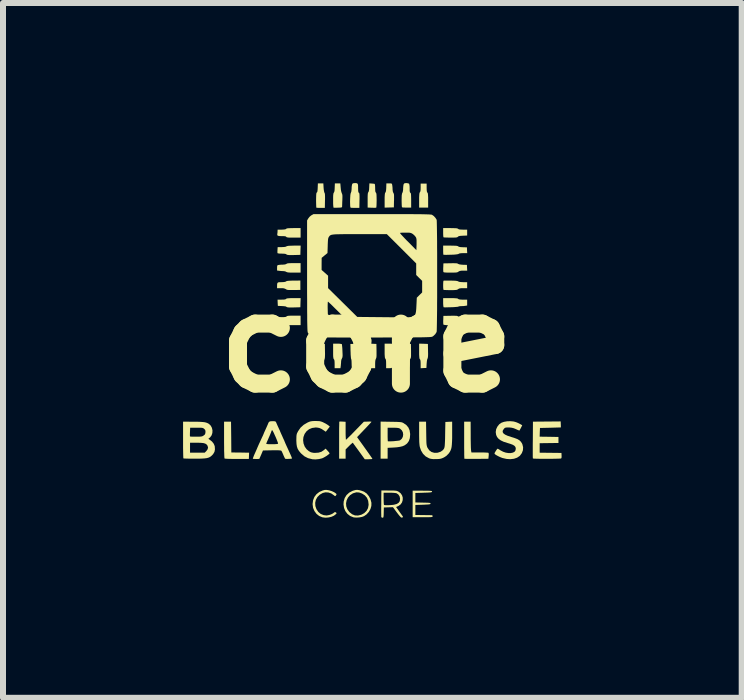
<source format=kicad_pcb>
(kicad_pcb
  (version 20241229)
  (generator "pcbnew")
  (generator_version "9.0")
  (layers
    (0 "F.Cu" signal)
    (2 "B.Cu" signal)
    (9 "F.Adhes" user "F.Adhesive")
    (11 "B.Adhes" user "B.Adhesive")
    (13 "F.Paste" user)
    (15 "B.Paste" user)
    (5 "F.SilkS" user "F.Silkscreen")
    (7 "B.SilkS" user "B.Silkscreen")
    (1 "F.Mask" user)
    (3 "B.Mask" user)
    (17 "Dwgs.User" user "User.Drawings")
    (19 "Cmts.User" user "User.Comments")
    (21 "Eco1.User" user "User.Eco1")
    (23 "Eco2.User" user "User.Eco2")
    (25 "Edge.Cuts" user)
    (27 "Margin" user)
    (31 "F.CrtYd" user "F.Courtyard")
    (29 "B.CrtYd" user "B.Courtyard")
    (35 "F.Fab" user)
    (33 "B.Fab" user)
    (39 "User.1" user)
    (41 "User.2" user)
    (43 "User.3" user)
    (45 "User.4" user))
  (footprint "core"
    (layer "F.Cu")
    (at 3.058 2.663)
    (property "Reference" "core" (at 0 0 0) (layer "F.SilkS") (effects (font (size 1.5 1.5) (thickness 0.3))))
    (attr board_only exclude_from_pos_files exclude_from_bom)
    (fp_poly (pts (xy -1.102 -0.67) (xy -1.104 -0.594) (xy -1.214 -0.591) (xy -1.262 -0.591) (xy -1.295 -0.591) (xy -1.317 -0.593) (xy -1.329 -0.597) (xy -1.334 -0.6) (xy -1.349 -0.608) (xy -1.381 -0.612) (xy -1.411 -0.614) (xy -1.479 -0.617) (xy -1.482 -0.669) (xy -1.484 -0.721) (xy -1.418 -0.721) (xy -1.38 -0.722) (xy -1.356 -0.725) (xy -1.343 -0.732) (xy -1.342 -0.733) (xy -1.334 -0.739) (xy -1.32 -0.742) (xy -1.297 -0.744) (xy -1.261 -0.746) (xy -1.215 -0.746) (xy -1.099 -0.746)) (stroke (width 0) (type solid)) (fill yes) (layer "F.SilkS"))
    (fp_poly (pts (xy -0.769 0.014) (xy -0.696 0.017) (xy -0.694 0.133) (xy -0.693 0.184) (xy -0.694 0.221) (xy -0.696 0.248) (xy -0.7 0.266) (xy -0.704 0.276) (xy -0.712 0.302) (xy -0.716 0.339) (xy -0.717 0.362) (xy -0.717 0.421) (xy -0.767 0.421) (xy -0.817 0.421) (xy -0.817 0.347) (xy -0.817 0.309) (xy -0.819 0.286) (xy -0.824 0.273) (xy -0.829 0.268) (xy -0.834 0.263) (xy -0.838 0.253) (xy -0.84 0.234) (xy -0.841 0.203) (xy -0.842 0.16) (xy -0.842 0.137) (xy -0.842 0.012)) (stroke (width 0) (type solid)) (fill yes) (layer "F.SilkS"))
    (fp_poly (pts (xy 0.09 0.014) (xy 0.163 0.017) (xy 0.165 0.132) (xy 0.165 0.18) (xy 0.165 0.215) (xy 0.163 0.239) (xy 0.159 0.255) (xy 0.154 0.265) (xy 0.147 0.283) (xy 0.143 0.314) (xy 0.142 0.352) (xy 0.142 0.421) (xy 0.092 0.421) (xy 0.042 0.421) (xy 0.042 0.351) (xy 0.041 0.313) (xy 0.038 0.288) (xy 0.032 0.274) (xy 0.029 0.271) (xy 0.024 0.264) (xy 0.021 0.25) (xy 0.018 0.227) (xy 0.017 0.194) (xy 0.017 0.146) (xy 0.017 0.136) (xy 0.017 0.012)) (stroke (width 0) (type solid)) (fill yes) (layer "F.SilkS"))
    (fp_poly (pts (xy -2.256 1.569) (xy -2.254 1.825) (xy -2.171 1.826) (xy -2.125 1.826) (xy -2.077 1.827) (xy -2.034 1.827) (xy -2.023 1.828) (xy -1.958 1.829) (xy -1.96 1.881) (xy -1.962 1.933) (xy -2.161 1.933) (xy -2.22 1.933) (xy -2.273 1.932) (xy -2.315 1.931) (xy -2.346 1.929) (xy -2.364 1.927) (xy -2.367 1.925) (xy -2.369 1.915) (xy -2.371 1.889) (xy -2.372 1.85) (xy -2.374 1.797) (xy -2.374 1.733) (xy -2.375 1.658) (xy -2.375 1.615) (xy -2.375 1.312) (xy -2.317 1.312) (xy -2.259 1.312)) (stroke (width 0) (type solid)) (fill yes) (layer "F.SilkS"))
    (fp_poly (pts (xy 0.948 0.014) (xy 1.021 0.017) (xy 1.023 0.132) (xy 1.024 0.184) (xy 1.023 0.221) (xy 1.02 0.245) (xy 1.016 0.259) (xy 1.015 0.261) (xy 1.009 0.275) (xy 1.004 0.301) (xy 1.001 0.334) (xy 1 0.345) (xy 0.996 0.417) (xy 0.948 0.419) (xy 0.9 0.422) (xy 0.9 0.351) (xy 0.899 0.313) (xy 0.896 0.288) (xy 0.89 0.274) (xy 0.887 0.271) (xy 0.882 0.264) (xy 0.879 0.25) (xy 0.877 0.227) (xy 0.875 0.194) (xy 0.875 0.146) (xy 0.875 0.136) (xy 0.875 0.012)) (stroke (width 0) (type solid)) (fill yes) (layer "F.SilkS"))
    (fp_poly (pts (xy 1 -2.584) (xy 1.001 -2.546) (xy 1.004 -2.521) (xy 1.01 -2.507) (xy 1.012 -2.504) (xy 1.018 -2.497) (xy 1.021 -2.483) (xy 1.023 -2.46) (xy 1.025 -2.425) (xy 1.025 -2.377) (xy 1.025 -2.374) (xy 1.025 -2.254) (xy 0.95 -2.254) (xy 0.875 -2.254) (xy 0.875 -2.376) (xy 0.875 -2.426) (xy 0.877 -2.462) (xy 0.879 -2.486) (xy 0.882 -2.501) (xy 0.887 -2.509) (xy 0.887 -2.51) (xy 0.895 -2.523) (xy 0.899 -2.547) (xy 0.9 -2.586) (xy 0.9 -2.588) (xy 0.9 -2.654) (xy 0.95 -2.654) (xy 1 -2.654)) (stroke (width 0) (type solid)) (fill yes) (layer "F.SilkS"))
    (fp_poly (pts (xy -1.104 -0.961) (xy -1.104 -0.883) (xy -1.212 -0.881) (xy -1.258 -0.881) (xy -1.29 -0.881) (xy -1.312 -0.883) (xy -1.328 -0.886) (xy -1.34 -0.892) (xy -1.346 -0.896) (xy -1.365 -0.905) (xy -1.39 -0.911) (xy -1.426 -0.912) (xy -1.431 -0.912) (xy -1.492 -0.912) (xy -1.492 -0.949) (xy -1.491 -0.98) (xy -1.486 -0.998) (xy -1.475 -1.008) (xy -1.453 -1.012) (xy -1.419 -1.012) (xy -1.378 -1.014) (xy -1.352 -1.019) (xy -1.342 -1.025) (xy -1.332 -1.03) (xy -1.313 -1.034) (xy -1.283 -1.036) (xy -1.239 -1.038) (xy -1.216 -1.038) (xy -1.104 -1.039)) (stroke (width 0) (type solid)) (fill yes) (layer "F.SilkS"))
    (fp_poly (pts (xy -1.1 -0.375) (xy -1.1 -0.296) (xy -1.211 -0.296) (xy -1.26 -0.296) (xy -1.296 -0.298) (xy -1.319 -0.301) (xy -1.334 -0.306) (xy -1.338 -0.308) (xy -1.358 -0.316) (xy -1.391 -0.32) (xy -1.406 -0.321) (xy -1.442 -0.321) (xy -1.465 -0.325) (xy -1.477 -0.334) (xy -1.482 -0.35) (xy -1.483 -0.376) (xy -1.483 -0.38) (xy -1.483 -0.429) (xy -1.414 -0.429) (xy -1.375 -0.43) (xy -1.35 -0.433) (xy -1.336 -0.439) (xy -1.333 -0.442) (xy -1.326 -0.447) (xy -1.311 -0.451) (xy -1.287 -0.453) (xy -1.251 -0.454) (xy -1.211 -0.454) (xy -1.1 -0.454)) (stroke (width 0) (type solid)) (fill yes) (layer "F.SilkS"))
    (fp_poly (pts (xy -1.102 -1.544) (xy -1.104 -1.467) (xy -1.214 -1.464) (xy -1.261 -1.464) (xy -1.293 -1.464) (xy -1.315 -1.466) (xy -1.329 -1.47) (xy -1.336 -1.475) (xy -1.349 -1.482) (xy -1.372 -1.486) (xy -1.409 -1.487) (xy -1.415 -1.488) (xy -1.447 -1.488) (xy -1.471 -1.491) (xy -1.484 -1.495) (xy -1.485 -1.496) (xy -1.486 -1.508) (xy -1.486 -1.531) (xy -1.485 -1.55) (xy -1.482 -1.596) (xy -1.417 -1.596) (xy -1.374 -1.598) (xy -1.346 -1.603) (xy -1.337 -1.608) (xy -1.325 -1.613) (xy -1.306 -1.617) (xy -1.275 -1.619) (xy -1.232 -1.62) (xy -1.21 -1.621) (xy -1.099 -1.621)) (stroke (width 0) (type solid)) (fill yes) (layer "F.SilkS"))
    (fp_poly (pts (xy 1.478 -0.452) (xy 1.502 -0.451) (xy 1.516 -0.447) (xy 1.524 -0.442) (xy 1.543 -0.434) (xy 1.578 -0.429) (xy 1.604 -0.427) (xy 1.671 -0.425) (xy 1.673 -0.378) (xy 1.676 -0.331) (xy 1.61 -0.328) (xy 1.565 -0.323) (xy 1.534 -0.315) (xy 1.525 -0.31) (xy 1.508 -0.304) (xy 1.481 -0.3) (xy 1.446 -0.297) (xy 1.407 -0.295) (xy 1.367 -0.295) (xy 1.331 -0.296) (xy 1.302 -0.299) (xy 1.283 -0.303) (xy 1.279 -0.307) (xy 1.277 -0.32) (xy 1.276 -0.345) (xy 1.276 -0.377) (xy 1.277 -0.384) (xy 1.279 -0.45) (xy 1.395 -0.452) (xy 1.444 -0.453)) (stroke (width 0) (type solid)) (fill yes) (layer "F.SilkS"))
    (fp_poly (pts (xy 0.401 -2.658) (xy 0.416 -2.655) (xy 0.422 -2.647) (xy 0.426 -2.633) (xy 0.429 -2.611) (xy 0.432 -2.58) (xy 0.432 -2.56) (xy 0.436 -2.524) (xy 0.444 -2.502) (xy 0.446 -2.499) (xy 0.451 -2.49) (xy 0.455 -2.477) (xy 0.457 -2.454) (xy 0.457 -2.421) (xy 0.457 -2.374) (xy 0.456 -2.372) (xy 0.454 -2.258) (xy 0.377 -2.256) (xy 0.3 -2.254) (xy 0.3 -2.374) (xy 0.3 -2.423) (xy 0.302 -2.459) (xy 0.304 -2.482) (xy 0.307 -2.497) (xy 0.312 -2.504) (xy 0.319 -2.517) (xy 0.324 -2.542) (xy 0.327 -2.582) (xy 0.327 -2.586) (xy 0.329 -2.658) (xy 0.375 -2.658)) (stroke (width 0) (type solid)) (fill yes) (layer "F.SilkS"))
    (fp_poly (pts (xy 1.444 -1.62) (xy 1.48 -1.619) (xy 1.503 -1.617) (xy 1.518 -1.613) (xy 1.525 -1.609) (xy 1.538 -1.601) (xy 1.566 -1.596) (xy 1.603 -1.594) (xy 1.671 -1.592) (xy 1.673 -1.544) (xy 1.676 -1.496) (xy 1.611 -1.496) (xy 1.569 -1.494) (xy 1.542 -1.489) (xy 1.534 -1.484) (xy 1.522 -1.479) (xy 1.497 -1.475) (xy 1.459 -1.471) (xy 1.405 -1.469) (xy 1.402 -1.469) (xy 1.36 -1.468) (xy 1.323 -1.467) (xy 1.296 -1.468) (xy 1.281 -1.469) (xy 1.279 -1.469) (xy 1.277 -1.479) (xy 1.276 -1.501) (xy 1.275 -1.532) (xy 1.275 -1.547) (xy 1.275 -1.621) (xy 1.395 -1.621)) (stroke (width 0) (type solid)) (fill yes) (layer "F.SilkS"))
    (fp_poly (pts (xy -1.1 -1.833) (xy -1.1 -1.754) (xy -1.217 -1.754) (xy -1.265 -1.754) (xy -1.298 -1.755) (xy -1.32 -1.758) (xy -1.332 -1.761) (xy -1.338 -1.766) (xy -1.339 -1.767) (xy -1.345 -1.773) (xy -1.36 -1.777) (xy -1.387 -1.779) (xy -1.413 -1.779) (xy -1.45 -1.78) (xy -1.474 -1.784) (xy -1.486 -1.791) (xy -1.489 -1.804) (xy -1.488 -1.818) (xy -1.485 -1.837) (xy -1.484 -1.86) (xy -1.483 -1.887) (xy -1.418 -1.887) (xy -1.38 -1.889) (xy -1.356 -1.892) (xy -1.343 -1.898) (xy -1.342 -1.9) (xy -1.334 -1.905) (xy -1.32 -1.909) (xy -1.296 -1.911) (xy -1.261 -1.912) (xy -1.216 -1.913) (xy -1.1 -1.913)) (stroke (width 0) (type solid)) (fill yes) (layer "F.SilkS"))
    (fp_poly (pts (xy -1.1 -1.25) (xy -1.1 -1.171) (xy -1.211 -1.171) (xy -1.26 -1.171) (xy -1.296 -1.173) (xy -1.319 -1.176) (xy -1.334 -1.181) (xy -1.338 -1.183) (xy -1.357 -1.192) (xy -1.382 -1.196) (xy -1.384 -1.196) (xy -1.412 -1.197) (xy -1.444 -1.2) (xy -1.453 -1.201) (xy -1.492 -1.206) (xy -1.492 -1.25) (xy -1.491 -1.276) (xy -1.488 -1.289) (xy -1.479 -1.296) (xy -1.466 -1.299) (xy -1.442 -1.302) (xy -1.411 -1.304) (xy -1.394 -1.304) (xy -1.36 -1.307) (xy -1.338 -1.315) (xy -1.336 -1.317) (xy -1.327 -1.322) (xy -1.312 -1.326) (xy -1.286 -1.328) (xy -1.249 -1.329) (xy -1.212 -1.329) (xy -1.1 -1.329)) (stroke (width 0) (type solid)) (fill yes) (layer "F.SilkS"))
    (fp_poly (pts (xy 1.478 -1.327) (xy 1.502 -1.326) (xy 1.516 -1.322) (xy 1.524 -1.317) (xy 1.543 -1.309) (xy 1.578 -1.304) (xy 1.604 -1.302) (xy 1.671 -1.3) (xy 1.673 -1.252) (xy 1.676 -1.204) (xy 1.614 -1.204) (xy 1.578 -1.203) (xy 1.554 -1.199) (xy 1.537 -1.192) (xy 1.531 -1.188) (xy 1.521 -1.181) (xy 1.508 -1.176) (xy 1.49 -1.173) (xy 1.463 -1.172) (xy 1.424 -1.171) (xy 1.396 -1.171) (xy 1.348 -1.171) (xy 1.314 -1.173) (xy 1.293 -1.175) (xy 1.281 -1.179) (xy 1.279 -1.182) (xy 1.277 -1.195) (xy 1.276 -1.22) (xy 1.276 -1.252) (xy 1.277 -1.259) (xy 1.279 -1.325) (xy 1.395 -1.327) (xy 1.444 -1.328)) (stroke (width 0) (type solid)) (fill yes) (layer "F.SilkS"))
    (fp_poly (pts (xy -0.717 -2.587) (xy -0.714 -2.552) (xy -0.709 -2.523) (xy -0.704 -2.505) (xy -0.702 -2.502) (xy -0.697 -2.491) (xy -0.694 -2.47) (xy -0.693 -2.437) (xy -0.693 -2.39) (xy -0.694 -2.37) (xy -0.696 -2.25) (xy -0.765 -2.25) (xy -0.797 -2.25) (xy -0.823 -2.251) (xy -0.837 -2.253) (xy -0.838 -2.253) (xy -0.839 -2.263) (xy -0.84 -2.285) (xy -0.841 -2.319) (xy -0.842 -2.36) (xy -0.842 -2.38) (xy -0.841 -2.429) (xy -0.84 -2.464) (xy -0.838 -2.487) (xy -0.835 -2.5) (xy -0.831 -2.506) (xy -0.829 -2.507) (xy -0.823 -2.514) (xy -0.819 -2.531) (xy -0.816 -2.561) (xy -0.815 -2.585) (xy -0.812 -2.658) (xy -0.767 -2.658) (xy -0.721 -2.658)) (stroke (width 0) (type solid)) (fill yes) (layer "F.SilkS"))
    (fp_poly (pts (xy 1.444 -1.912) (xy 1.479 -1.911) (xy 1.503 -1.909) (xy 1.517 -1.905) (xy 1.525 -1.9) (xy 1.525 -1.9) (xy 1.536 -1.893) (xy 1.556 -1.889) (xy 1.589 -1.888) (xy 1.605 -1.887) (xy 1.675 -1.887) (xy 1.675 -1.838) (xy 1.675 -1.789) (xy 1.603 -1.786) (xy 1.566 -1.784) (xy 1.542 -1.78) (xy 1.528 -1.775) (xy 1.521 -1.769) (xy 1.515 -1.763) (xy 1.504 -1.759) (xy 1.487 -1.756) (xy 1.459 -1.755) (xy 1.419 -1.754) (xy 1.398 -1.754) (xy 1.357 -1.755) (xy 1.321 -1.756) (xy 1.295 -1.757) (xy 1.282 -1.759) (xy 1.281 -1.76) (xy 1.278 -1.77) (xy 1.276 -1.793) (xy 1.275 -1.824) (xy 1.275 -1.839) (xy 1.275 -1.913) (xy 1.395 -1.913)) (stroke (width 0) (type solid)) (fill yes) (layer "F.SilkS"))
    (fp_poly (pts (xy 1.444 -0.746) (xy 1.479 -0.744) (xy 1.503 -0.742) (xy 1.517 -0.739) (xy 1.525 -0.734) (xy 1.525 -0.733) (xy 1.536 -0.727) (xy 1.556 -0.723) (xy 1.589 -0.721) (xy 1.605 -0.721) (xy 1.675 -0.721) (xy 1.675 -0.672) (xy 1.675 -0.623) (xy 1.644 -0.618) (xy 1.615 -0.614) (xy 1.582 -0.613) (xy 1.575 -0.613) (xy 1.55 -0.611) (xy 1.532 -0.607) (xy 1.529 -0.605) (xy 1.519 -0.602) (xy 1.495 -0.6) (xy 1.463 -0.597) (xy 1.425 -0.595) (xy 1.385 -0.594) (xy 1.347 -0.593) (xy 1.315 -0.592) (xy 1.292 -0.593) (xy 1.283 -0.594) (xy 1.28 -0.603) (xy 1.277 -0.625) (xy 1.275 -0.656) (xy 1.275 -0.672) (xy 1.275 -0.746) (xy 1.395 -0.746)) (stroke (width 0) (type solid)) (fill yes) (layer "F.SilkS"))
    (fp_poly (pts (xy -0.455 0.013) (xy -0.43 0.016) (xy -0.415 0.019) (xy -0.413 0.02) (xy -0.411 0.031) (xy -0.408 0.055) (xy -0.405 0.089) (xy -0.403 0.129) (xy -0.403 0.132) (xy -0.401 0.177) (xy -0.4 0.209) (xy -0.402 0.231) (xy -0.405 0.246) (xy -0.411 0.257) (xy -0.411 0.258) (xy -0.421 0.281) (xy -0.425 0.306) (xy -0.426 0.331) (xy -0.429 0.362) (xy -0.43 0.377) (xy -0.436 0.421) (xy -0.484 0.421) (xy -0.533 0.421) (xy -0.533 0.351) (xy -0.534 0.313) (xy -0.537 0.288) (xy -0.543 0.274) (xy -0.546 0.271) (xy -0.551 0.264) (xy -0.554 0.25) (xy -0.557 0.227) (xy -0.558 0.194) (xy -0.558 0.146) (xy -0.558 0.136) (xy -0.558 0.013) (xy -0.488 0.013)) (stroke (width 0) (type solid)) (fill yes) (layer "F.SilkS"))
    (fp_poly (pts (xy -0.119 0.134) (xy -0.118 0.182) (xy -0.118 0.217) (xy -0.12 0.239) (xy -0.123 0.253) (xy -0.128 0.261) (xy -0.129 0.262) (xy -0.138 0.278) (xy -0.141 0.308) (xy -0.142 0.321) (xy -0.143 0.353) (xy -0.145 0.382) (xy -0.147 0.395) (xy -0.151 0.41) (xy -0.158 0.418) (xy -0.174 0.42) (xy -0.195 0.421) (xy -0.221 0.42) (xy -0.239 0.417) (xy -0.244 0.415) (xy -0.247 0.405) (xy -0.249 0.382) (xy -0.25 0.351) (xy -0.25 0.342) (xy -0.251 0.309) (xy -0.253 0.283) (xy -0.257 0.268) (xy -0.258 0.266) (xy -0.261 0.255) (xy -0.263 0.231) (xy -0.266 0.197) (xy -0.267 0.155) (xy -0.268 0.138) (xy -0.27 0.017) (xy -0.195 0.017) (xy -0.121 0.017)) (stroke (width 0) (type solid)) (fill yes) (layer "F.SilkS"))
    (fp_poly (pts (xy 0.74 0.134) (xy 0.74 0.182) (xy 0.74 0.217) (xy 0.738 0.239) (xy 0.735 0.253) (xy 0.731 0.261) (xy 0.729 0.262) (xy 0.721 0.278) (xy 0.717 0.308) (xy 0.717 0.321) (xy 0.716 0.353) (xy 0.713 0.382) (xy 0.711 0.395) (xy 0.707 0.41) (xy 0.7 0.418) (xy 0.685 0.42) (xy 0.663 0.421) (xy 0.637 0.42) (xy 0.619 0.417) (xy 0.614 0.415) (xy 0.611 0.405) (xy 0.609 0.382) (xy 0.608 0.351) (xy 0.608 0.342) (xy 0.607 0.309) (xy 0.605 0.283) (xy 0.602 0.268) (xy 0.601 0.266) (xy 0.598 0.255) (xy 0.595 0.231) (xy 0.593 0.197) (xy 0.591 0.155) (xy 0.59 0.138) (xy 0.588 0.017) (xy 0.662 0.017) (xy 0.738 0.017)) (stroke (width 0) (type solid)) (fill yes) (layer "F.SilkS"))
    (fp_poly (pts (xy 1.734 1.535) (xy 1.734 1.597) (xy 1.735 1.654) (xy 1.736 1.705) (xy 1.737 1.747) (xy 1.739 1.777) (xy 1.74 1.792) (xy 1.746 1.825) (xy 1.883 1.825) (xy 1.93 1.825) (xy 1.971 1.826) (xy 2.003 1.828) (xy 2.024 1.829) (xy 2.029 1.831) (xy 2.034 1.842) (xy 2.035 1.865) (xy 2.033 1.883) (xy 2.029 1.93) (xy 1.831 1.932) (xy 1.775 1.932) (xy 1.725 1.932) (xy 1.683 1.932) (xy 1.651 1.931) (xy 1.633 1.93) (xy 1.628 1.93) (xy 1.628 1.921) (xy 1.627 1.897) (xy 1.626 1.861) (xy 1.626 1.813) (xy 1.625 1.756) (xy 1.625 1.692) (xy 1.625 1.623) (xy 1.625 1.619) (xy 1.625 1.312) (xy 1.679 1.312) (xy 1.733 1.312)) (stroke (width 0) (type solid)) (fill yes) (layer "F.SilkS"))
    (fp_poly (pts (xy 0.399 0.013) (xy 0.427 0.015) (xy 0.444 0.017) (xy 0.445 0.018) (xy 0.451 0.028) (xy 0.455 0.051) (xy 0.458 0.083) (xy 0.46 0.121) (xy 0.46 0.161) (xy 0.458 0.198) (xy 0.455 0.23) (xy 0.451 0.253) (xy 0.446 0.263) (xy 0.437 0.279) (xy 0.433 0.31) (xy 0.433 0.321) (xy 0.432 0.353) (xy 0.43 0.382) (xy 0.428 0.395) (xy 0.424 0.409) (xy 0.418 0.417) (xy 0.404 0.42) (xy 0.378 0.421) (xy 0.374 0.421) (xy 0.325 0.421) (xy 0.325 0.347) (xy 0.324 0.308) (xy 0.321 0.282) (xy 0.316 0.267) (xy 0.312 0.263) (xy 0.307 0.255) (xy 0.304 0.241) (xy 0.302 0.218) (xy 0.3 0.184) (xy 0.3 0.135) (xy 0.3 0.132) (xy 0.3 0.013) (xy 0.366 0.013)) (stroke (width 0) (type solid)) (fill yes) (layer "F.SilkS"))
    (fp_poly (pts (xy 0.087 -2.655) (xy 0.113 -2.653) (xy 0.131 -2.65) (xy 0.135 -2.649) (xy 0.138 -2.639) (xy 0.141 -2.617) (xy 0.142 -2.587) (xy 0.142 -2.58) (xy 0.143 -2.542) (xy 0.146 -2.518) (xy 0.153 -2.505) (xy 0.154 -2.504) (xy 0.159 -2.497) (xy 0.163 -2.483) (xy 0.165 -2.46) (xy 0.166 -2.425) (xy 0.167 -2.377) (xy 0.167 -2.374) (xy 0.166 -2.332) (xy 0.165 -2.295) (xy 0.163 -2.269) (xy 0.161 -2.254) (xy 0.16 -2.253) (xy 0.15 -2.252) (xy 0.127 -2.251) (xy 0.096 -2.252) (xy 0.085 -2.252) (xy 0.017 -2.255) (xy 0.017 -2.378) (xy 0.017 -2.429) (xy 0.018 -2.465) (xy 0.02 -2.489) (xy 0.024 -2.504) (xy 0.029 -2.512) (xy 0.029 -2.512) (xy 0.036 -2.526) (xy 0.041 -2.553) (xy 0.043 -2.59) (xy 0.046 -2.658)) (stroke (width 0) (type solid)) (fill yes) (layer "F.SilkS"))
    (fp_poly (pts (xy -0.432 -2.586) (xy -0.428 -2.547) (xy -0.421 -2.515) (xy -0.414 -2.495) (xy -0.414 -2.494) (xy -0.408 -2.481) (xy -0.404 -2.463) (xy -0.403 -2.435) (xy -0.404 -2.394) (xy -0.404 -2.387) (xy -0.406 -2.348) (xy -0.407 -2.314) (xy -0.408 -2.288) (xy -0.408 -2.278) (xy -0.409 -2.267) (xy -0.413 -2.26) (xy -0.424 -2.256) (xy -0.446 -2.254) (xy -0.475 -2.253) (xy -0.508 -2.252) (xy -0.534 -2.252) (xy -0.549 -2.252) (xy -0.55 -2.253) (xy -0.553 -2.262) (xy -0.556 -2.285) (xy -0.558 -2.321) (xy -0.558 -2.366) (xy -0.558 -2.375) (xy -0.558 -2.424) (xy -0.557 -2.459) (xy -0.554 -2.483) (xy -0.551 -2.497) (xy -0.546 -2.504) (xy -0.539 -2.517) (xy -0.534 -2.542) (xy -0.532 -2.582) (xy -0.532 -2.586) (xy -0.529 -2.658) (xy -0.483 -2.658) (xy -0.438 -2.658)) (stroke (width 0) (type solid)) (fill yes) (layer "F.SilkS"))
    (fp_poly (pts (xy 1.322 -1.038) (xy 1.357 -1.038) (xy 1.398 -1.038) (xy 1.404 -1.038) (xy 1.453 -1.037) (xy 1.487 -1.035) (xy 1.51 -1.031) (xy 1.523 -1.027) (xy 1.525 -1.025) (xy 1.541 -1.018) (xy 1.568 -1.014) (xy 1.607 -1.012) (xy 1.675 -1.012) (xy 1.675 -0.963) (xy 1.675 -0.912) (xy 1.61 -0.912) (xy 1.574 -0.911) (xy 1.549 -0.908) (xy 1.532 -0.901) (xy 1.525 -0.896) (xy 1.514 -0.889) (xy 1.501 -0.884) (xy 1.482 -0.882) (xy 1.453 -0.88) (xy 1.412 -0.879) (xy 1.395 -0.879) (xy 1.354 -0.88) (xy 1.319 -0.881) (xy 1.294 -0.882) (xy 1.281 -0.884) (xy 1.281 -0.885) (xy 1.278 -0.895) (xy 1.276 -0.918) (xy 1.275 -0.949) (xy 1.275 -0.964) (xy 1.276 -1.002) (xy 1.278 -1.026) (xy 1.283 -1.037) (xy 1.285 -1.038) (xy 1.297 -1.038)) (stroke (width 0) (type solid)) (fill yes) (layer "F.SilkS"))
    (fp_poly (pts (xy -0.17 -2.662) (xy -0.156 -2.657) (xy -0.147 -2.647) (xy -0.143 -2.627) (xy -0.142 -2.595) (xy -0.142 -2.571) (xy -0.141 -2.536) (xy -0.138 -2.515) (xy -0.133 -2.504) (xy -0.129 -2.501) (xy -0.124 -2.497) (xy -0.121 -2.487) (xy -0.119 -2.469) (xy -0.118 -2.441) (xy -0.118 -2.4) (xy -0.119 -2.373) (xy -0.121 -2.25) (xy -0.189 -2.25) (xy -0.222 -2.25) (xy -0.249 -2.251) (xy -0.265 -2.252) (xy -0.266 -2.253) (xy -0.271 -2.262) (xy -0.274 -2.284) (xy -0.275 -2.316) (xy -0.276 -2.353) (xy -0.275 -2.393) (xy -0.273 -2.431) (xy -0.271 -2.464) (xy -0.267 -2.489) (xy -0.263 -2.5) (xy -0.255 -2.521) (xy -0.251 -2.553) (xy -0.25 -2.568) (xy -0.249 -2.6) (xy -0.245 -2.627) (xy -0.242 -2.641) (xy -0.235 -2.654) (xy -0.224 -2.66) (xy -0.203 -2.662) (xy -0.193 -2.663)) (stroke (width 0) (type solid)) (fill yes) (layer "F.SilkS"))
    (fp_poly (pts (xy 0.685 -2.66) (xy 0.703 -2.655) (xy 0.707 -2.652) (xy 0.712 -2.638) (xy 0.716 -2.611) (xy 0.717 -2.574) (xy 0.717 -2.538) (xy 0.72 -2.516) (xy 0.725 -2.504) (xy 0.729 -2.501) (xy 0.734 -2.497) (xy 0.738 -2.486) (xy 0.74 -2.466) (xy 0.741 -2.436) (xy 0.742 -2.391) (xy 0.742 -2.375) (xy 0.742 -2.254) (xy 0.668 -2.254) (xy 0.635 -2.255) (xy 0.608 -2.256) (xy 0.591 -2.259) (xy 0.589 -2.26) (xy 0.587 -2.27) (xy 0.585 -2.293) (xy 0.584 -2.326) (xy 0.583 -2.367) (xy 0.583 -2.375) (xy 0.584 -2.424) (xy 0.585 -2.459) (xy 0.589 -2.482) (xy 0.593 -2.497) (xy 0.596 -2.5) (xy 0.603 -2.521) (xy 0.608 -2.553) (xy 0.608 -2.568) (xy 0.61 -2.6) (xy 0.613 -2.627) (xy 0.616 -2.641) (xy 0.624 -2.655) (xy 0.637 -2.661) (xy 0.661 -2.663) (xy 0.661 -2.663)) (stroke (width 0) (type solid)) (fill yes) (layer "F.SilkS"))
    (fp_poly (pts (xy 3.234 1.331) (xy 3.235 1.357) (xy 3.236 1.381) (xy 3.236 1.408) (xy 3.062 1.413) (xy 2.888 1.417) (xy 2.885 1.489) (xy 2.883 1.562) (xy 3.039 1.564) (xy 3.196 1.567) (xy 3.196 1.617) (xy 3.196 1.667) (xy 3.04 1.669) (xy 2.883 1.671) (xy 2.883 1.75) (xy 2.883 1.829) (xy 3.065 1.831) (xy 3.246 1.833) (xy 3.248 1.877) (xy 3.248 1.907) (xy 3.243 1.922) (xy 3.24 1.925) (xy 3.227 1.927) (xy 3.201 1.928) (xy 3.163 1.929) (xy 3.118 1.93) (xy 3.067 1.931) (xy 3.013 1.931) (xy 2.959 1.931) (xy 2.907 1.931) (xy 2.86 1.93) (xy 2.82 1.929) (xy 2.79 1.928) (xy 2.773 1.926) (xy 2.77 1.925) (xy 2.769 1.915) (xy 2.768 1.89) (xy 2.768 1.853) (xy 2.768 1.804) (xy 2.768 1.747) (xy 2.768 1.682) (xy 2.769 1.614) (xy 2.771 1.312) (xy 3.002 1.31) (xy 3.233 1.308)) (stroke (width 0) (type solid)) (fill yes) (layer "F.SilkS"))
    (fp_poly (pts (xy -0.624 2.456) (xy -0.582 2.469) (xy -0.544 2.486) (xy -0.533 2.493) (xy -0.512 2.508) (xy -0.502 2.518) (xy -0.503 2.529) (xy -0.512 2.542) (xy -0.52 2.552) (xy -0.528 2.552) (xy -0.541 2.542) (xy -0.547 2.537) (xy -0.589 2.508) (xy -0.637 2.492) (xy -0.686 2.489) (xy -0.731 2.5) (xy -0.781 2.529) (xy -0.82 2.568) (xy -0.846 2.614) (xy -0.857 2.664) (xy -0.854 2.718) (xy -0.836 2.77) (xy -0.805 2.816) (xy -0.765 2.849) (xy -0.717 2.869) (xy -0.666 2.875) (xy -0.622 2.867) (xy -0.591 2.856) (xy -0.563 2.842) (xy -0.552 2.834) (xy -0.535 2.821) (xy -0.523 2.818) (xy -0.512 2.825) (xy -0.501 2.833) (xy -0.502 2.842) (xy -0.513 2.854) (xy -0.544 2.878) (xy -0.586 2.897) (xy -0.635 2.908) (xy -0.686 2.912) (xy -0.733 2.906) (xy -0.738 2.905) (xy -0.791 2.883) (xy -0.835 2.848) (xy -0.869 2.802) (xy -0.892 2.748) (xy -0.9 2.688) (xy -0.9 2.683) (xy -0.892 2.621) (xy -0.87 2.566) (xy -0.835 2.52) (xy -0.788 2.483) (xy -0.73 2.458) (xy -0.699 2.45) (xy -0.666 2.449)) (stroke (width 0) (type solid)) (fill yes) (layer "F.SilkS"))
    (fp_poly (pts (xy 0.986 2.463) (xy 1.027 2.463) (xy 1.056 2.464) (xy 1.075 2.466) (xy 1.085 2.468) (xy 1.09 2.472) (xy 1.09 2.477) (xy 1.09 2.477) (xy 1.087 2.483) (xy 1.081 2.487) (xy 1.067 2.49) (xy 1.044 2.492) (xy 1.01 2.494) (xy 0.962 2.495) (xy 0.95 2.496) (xy 0.812 2.5) (xy 0.812 2.579) (xy 0.812 2.658) (xy 0.94 2.661) (xy 0.989 2.662) (xy 1.023 2.663) (xy 1.046 2.665) (xy 1.059 2.667) (xy 1.064 2.671) (xy 1.065 2.677) (xy 1.065 2.677) (xy 1.062 2.683) (xy 1.055 2.687) (xy 1.04 2.69) (xy 1.015 2.692) (xy 0.978 2.694) (xy 0.937 2.696) (xy 0.812 2.7) (xy 0.812 2.783) (xy 0.812 2.867) (xy 0.946 2.868) (xy 0.992 2.869) (xy 1.032 2.869) (xy 1.064 2.87) (xy 1.084 2.87) (xy 1.09 2.87) (xy 1.098 2.878) (xy 1.1 2.888) (xy 1.099 2.893) (xy 1.096 2.897) (xy 1.088 2.9) (xy 1.072 2.902) (xy 1.048 2.903) (xy 1.012 2.904) (xy 0.963 2.904) (xy 0.933 2.904) (xy 0.767 2.904) (xy 0.767 2.683) (xy 0.767 2.462) (xy 0.93 2.462)) (stroke (width 0) (type solid)) (fill yes) (layer "F.SilkS"))
    (fp_poly (pts (xy 0.406 1.314) (xy 0.465 1.315) (xy 0.51 1.316) (xy 0.543 1.318) (xy 0.567 1.32) (xy 0.585 1.323) (xy 0.599 1.328) (xy 0.611 1.334) (xy 0.613 1.335) (xy 0.661 1.368) (xy 0.695 1.408) (xy 0.716 1.456) (xy 0.725 1.515) (xy 0.725 1.528) (xy 0.72 1.586) (xy 0.704 1.634) (xy 0.676 1.673) (xy 0.661 1.686) (xy 0.633 1.706) (xy 0.599 1.721) (xy 0.558 1.731) (xy 0.505 1.739) (xy 0.451 1.743) (xy 0.35 1.748) (xy 0.35 1.839) (xy 0.35 1.929) (xy 0.292 1.929) (xy 0.233 1.929) (xy 0.233 1.62) (xy 0.233 1.524) (xy 0.35 1.524) (xy 0.35 1.565) (xy 0.351 1.6) (xy 0.352 1.625) (xy 0.353 1.637) (xy 0.353 1.638) (xy 0.364 1.64) (xy 0.387 1.64) (xy 0.418 1.639) (xy 0.454 1.637) (xy 0.489 1.633) (xy 0.521 1.63) (xy 0.545 1.626) (xy 0.556 1.623) (xy 0.585 1.598) (xy 0.603 1.565) (xy 0.609 1.528) (xy 0.604 1.49) (xy 0.587 1.457) (xy 0.558 1.43) (xy 0.55 1.425) (xy 0.529 1.418) (xy 0.495 1.414) (xy 0.448 1.413) (xy 0.438 1.413) (xy 0.35 1.413) (xy 0.35 1.524) (xy 0.233 1.524) (xy 0.233 1.311)) (stroke (width 0) (type solid)) (fill yes) (layer "F.SilkS"))
    (fp_poly (pts (xy -0.13 2.452) (xy -0.117 2.454) (xy -0.085 2.463) (xy -0.055 2.474) (xy -0.042 2.479) (xy 0.002 2.51) (xy 0.038 2.554) (xy 0.065 2.606) (xy 0.08 2.663) (xy 0.08 2.664) (xy 0.079 2.715) (xy 0.064 2.767) (xy 0.037 2.815) (xy -0.001 2.857) (xy -0.043 2.886) (xy -0.077 2.899) (xy -0.12 2.907) (xy -0.165 2.91) (xy -0.206 2.908) (xy -0.221 2.905) (xy -0.275 2.883) (xy -0.32 2.848) (xy -0.354 2.803) (xy -0.376 2.75) (xy -0.385 2.691) (xy -0.384 2.672) (xy -0.343 2.672) (xy -0.339 2.723) (xy -0.321 2.772) (xy -0.288 2.817) (xy -0.285 2.82) (xy -0.241 2.855) (xy -0.194 2.874) (xy -0.144 2.876) (xy -0.09 2.863) (xy -0.089 2.863) (xy -0.04 2.836) (xy -0.002 2.799) (xy 0.023 2.753) (xy 0.033 2.7) (xy 0.033 2.691) (xy 0.026 2.631) (xy 0.006 2.581) (xy -0.029 2.54) (xy -0.077 2.509) (xy -0.125 2.492) (xy -0.171 2.489) (xy -0.219 2.503) (xy -0.23 2.507) (xy -0.276 2.537) (xy -0.311 2.577) (xy -0.333 2.623) (xy -0.343 2.672) (xy -0.384 2.672) (xy -0.382 2.642) (xy -0.365 2.584) (xy -0.334 2.534) (xy -0.29 2.494) (xy -0.235 2.465) (xy -0.213 2.458) (xy -0.182 2.45) (xy -0.157 2.448)) (stroke (width 0) (type solid)) (fill yes) (layer "F.SilkS"))
    (fp_poly (pts (xy 1.425 1.509) (xy 1.425 1.584) (xy 1.423 1.645) (xy 1.42 1.694) (xy 1.416 1.733) (xy 1.409 1.764) (xy 1.399 1.791) (xy 1.387 1.814) (xy 1.371 1.838) (xy 1.368 1.842) (xy 1.326 1.884) (xy 1.288 1.908) (xy 1.262 1.92) (xy 1.239 1.928) (xy 1.213 1.933) (xy 1.178 1.935) (xy 1.159 1.935) (xy 1.115 1.936) (xy 1.083 1.933) (xy 1.057 1.928) (xy 1.038 1.921) (xy 0.984 1.891) (xy 0.94 1.848) (xy 0.907 1.793) (xy 0.888 1.739) (xy 0.883 1.717) (xy 0.88 1.688) (xy 0.877 1.651) (xy 0.876 1.604) (xy 0.875 1.543) (xy 0.875 1.501) (xy 0.875 1.312) (xy 0.933 1.312) (xy 0.99 1.312) (xy 0.993 1.51) (xy 0.994 1.573) (xy 0.995 1.622) (xy 0.996 1.659) (xy 0.998 1.686) (xy 1.001 1.706) (xy 1.005 1.722) (xy 1.009 1.735) (xy 1.015 1.748) (xy 1.044 1.79) (xy 1.081 1.817) (xy 1.127 1.831) (xy 1.18 1.83) (xy 1.188 1.828) (xy 1.235 1.812) (xy 1.272 1.785) (xy 1.29 1.76) (xy 1.294 1.749) (xy 1.298 1.735) (xy 1.301 1.715) (xy 1.303 1.687) (xy 1.305 1.649) (xy 1.307 1.599) (xy 1.308 1.534) (xy 1.308 1.525) (xy 1.312 1.317) (xy 1.369 1.314) (xy 1.425 1.312)) (stroke (width 0) (type solid)) (fill yes) (layer "F.SilkS"))
    (fp_poly (pts (xy 0.071 1.311) (xy 0.081 1.314) (xy 0.081 1.314) (xy 0.075 1.322) (xy 0.059 1.34) (xy 0.035 1.366) (xy 0.005 1.398) (xy -0.03 1.435) (xy -0.04 1.445) (xy -0.159 1.57) (xy -0.082 1.677) (xy -0.047 1.726) (xy -0.012 1.775) (xy 0.02 1.82) (xy 0.049 1.861) (xy 0.072 1.894) (xy 0.088 1.917) (xy 0.095 1.927) (xy 0.094 1.932) (xy 0.083 1.936) (xy 0.059 1.937) (xy 0.035 1.938) (xy -0.031 1.938) (xy -0.129 1.802) (xy -0.159 1.761) (xy -0.186 1.724) (xy -0.208 1.694) (xy -0.223 1.673) (xy -0.23 1.663) (xy -0.231 1.663) (xy -0.237 1.667) (xy -0.253 1.68) (xy -0.276 1.701) (xy -0.292 1.717) (xy -0.35 1.775) (xy -0.35 1.852) (xy -0.35 1.929) (xy -0.404 1.929) (xy -0.458 1.929) (xy -0.458 1.622) (xy -0.458 1.552) (xy -0.458 1.488) (xy -0.458 1.431) (xy -0.457 1.383) (xy -0.456 1.346) (xy -0.456 1.321) (xy -0.455 1.312) (xy -0.455 1.312) (xy -0.445 1.31) (xy -0.424 1.31) (xy -0.401 1.311) (xy -0.35 1.314) (xy -0.35 1.463) (xy -0.35 1.511) (xy -0.349 1.552) (xy -0.347 1.585) (xy -0.346 1.606) (xy -0.344 1.613) (xy -0.336 1.607) (xy -0.319 1.591) (xy -0.294 1.566) (xy -0.261 1.534) (xy -0.224 1.496) (xy -0.192 1.463) (xy -0.046 1.313) (xy 0.019 1.311) (xy 0.049 1.31)) (stroke (width 0) (type solid)) (fill yes) (layer "F.SilkS"))
    (fp_poly (pts (xy 0.371 2.459) (xy 0.42 2.459) (xy 0.457 2.46) (xy 0.483 2.462) (xy 0.502 2.465) (xy 0.517 2.471) (xy 0.53 2.477) (xy 0.566 2.504) (xy 0.59 2.539) (xy 0.602 2.578) (xy 0.601 2.619) (xy 0.589 2.658) (xy 0.566 2.691) (xy 0.53 2.717) (xy 0.523 2.72) (xy 0.491 2.734) (xy 0.541 2.804) (xy 0.563 2.835) (xy 0.582 2.861) (xy 0.596 2.88) (xy 0.601 2.886) (xy 0.605 2.899) (xy 0.597 2.909) (xy 0.581 2.91) (xy 0.577 2.909) (xy 0.566 2.901) (xy 0.548 2.881) (xy 0.526 2.854) (xy 0.501 2.821) (xy 0.5 2.82) (xy 0.439 2.737) (xy 0.363 2.739) (xy 0.287 2.742) (xy 0.285 2.827) (xy 0.284 2.866) (xy 0.282 2.89) (xy 0.279 2.905) (xy 0.274 2.911) (xy 0.267 2.912) (xy 0.266 2.913) (xy 0.251 2.908) (xy 0.245 2.902) (xy 0.244 2.891) (xy 0.244 2.866) (xy 0.243 2.829) (xy 0.243 2.782) (xy 0.243 2.727) (xy 0.244 2.675) (xy 0.244 2.594) (xy 0.283 2.594) (xy 0.284 2.633) (xy 0.285 2.666) (xy 0.287 2.689) (xy 0.289 2.699) (xy 0.301 2.702) (xy 0.325 2.704) (xy 0.357 2.704) (xy 0.394 2.702) (xy 0.43 2.699) (xy 0.454 2.696) (xy 0.5 2.684) (xy 0.531 2.666) (xy 0.55 2.64) (xy 0.553 2.631) (xy 0.557 2.591) (xy 0.548 2.554) (xy 0.527 2.524) (xy 0.497 2.504) (xy 0.479 2.501) (xy 0.45 2.498) (xy 0.412 2.496) (xy 0.379 2.496) (xy 0.283 2.496) (xy 0.283 2.594) (xy 0.244 2.594) (xy 0.246 2.458)) (stroke (width 0) (type solid)) (fill yes) (layer "F.SilkS"))
    (fp_poly (pts (xy -0.811 1.302) (xy -0.782 1.304) (xy -0.758 1.31) (xy -0.733 1.319) (xy -0.717 1.327) (xy -0.685 1.343) (xy -0.657 1.36) (xy -0.638 1.373) (xy -0.613 1.394) (xy -0.646 1.436) (xy -0.663 1.458) (xy -0.676 1.474) (xy -0.681 1.479) (xy -0.689 1.475) (xy -0.705 1.463) (xy -0.711 1.459) (xy -0.751 1.433) (xy -0.788 1.417) (xy -0.827 1.41) (xy -0.85 1.409) (xy -0.908 1.417) (xy -0.959 1.438) (xy -1.001 1.472) (xy -1.033 1.516) (xy -1.053 1.569) (xy -1.058 1.62) (xy -1.051 1.676) (xy -1.031 1.728) (xy -1.001 1.77) (xy -0.999 1.772) (xy -0.963 1.803) (xy -0.928 1.822) (xy -0.888 1.831) (xy -0.858 1.832) (xy -0.801 1.828) (xy -0.754 1.814) (xy -0.715 1.788) (xy -0.712 1.786) (xy -0.683 1.761) (xy -0.65 1.797) (xy -0.632 1.817) (xy -0.62 1.833) (xy -0.617 1.839) (xy -0.623 1.849) (xy -0.641 1.863) (xy -0.665 1.881) (xy -0.693 1.898) (xy -0.72 1.913) (xy -0.742 1.923) (xy -0.742 1.923) (xy -0.793 1.935) (xy -0.851 1.941) (xy -0.905 1.938) (xy -0.908 1.937) (xy -0.976 1.92) (xy -1.035 1.89) (xy -1.088 1.845) (xy -1.097 1.836) (xy -1.127 1.8) (xy -1.148 1.766) (xy -1.161 1.728) (xy -1.168 1.684) (xy -1.171 1.629) (xy -1.171 1.621) (xy -1.17 1.579) (xy -1.169 1.55) (xy -1.166 1.528) (xy -1.161 1.509) (xy -1.151 1.489) (xy -1.143 1.473) (xy -1.101 1.412) (xy -1.048 1.364) (xy -0.985 1.327) (xy -0.956 1.314) (xy -0.932 1.307) (xy -0.906 1.303) (xy -0.872 1.301) (xy -0.85 1.301)) (stroke (width 0) (type solid)) (fill yes) (layer "F.SilkS"))
    (fp_poly (pts (xy 2.448 1.309) (xy 2.475 1.316) (xy 2.499 1.324) (xy 2.527 1.336) (xy 2.554 1.35) (xy 2.576 1.362) (xy 2.59 1.371) (xy 2.592 1.374) (xy 2.588 1.382) (xy 2.579 1.399) (xy 2.568 1.421) (xy 2.556 1.442) (xy 2.548 1.457) (xy 2.546 1.46) (xy 2.538 1.458) (xy 2.519 1.451) (xy 2.493 1.439) (xy 2.487 1.436) (xy 2.45 1.421) (xy 2.417 1.413) (xy 2.381 1.409) (xy 2.368 1.409) (xy 2.336 1.409) (xy 2.316 1.411) (xy 2.302 1.417) (xy 2.291 1.427) (xy 2.287 1.432) (xy 2.269 1.459) (xy 2.266 1.484) (xy 2.279 1.507) (xy 2.307 1.528) (xy 2.351 1.548) (xy 2.408 1.567) (xy 2.466 1.585) (xy 2.511 1.602) (xy 2.545 1.622) (xy 2.569 1.645) (xy 2.587 1.672) (xy 2.595 1.689) (xy 2.607 1.738) (xy 2.604 1.788) (xy 2.586 1.836) (xy 2.555 1.878) (xy 2.549 1.884) (xy 2.507 1.912) (xy 2.455 1.93) (xy 2.395 1.937) (xy 2.331 1.933) (xy 2.266 1.918) (xy 2.259 1.916) (xy 2.223 1.902) (xy 2.188 1.885) (xy 2.161 1.87) (xy 2.143 1.858) (xy 2.133 1.849) (xy 2.131 1.84) (xy 2.136 1.826) (xy 2.15 1.804) (xy 2.163 1.783) (xy 2.175 1.768) (xy 2.183 1.762) (xy 2.193 1.767) (xy 2.212 1.778) (xy 2.232 1.791) (xy 2.274 1.813) (xy 2.318 1.828) (xy 2.362 1.835) (xy 2.404 1.835) (xy 2.439 1.827) (xy 2.466 1.812) (xy 2.481 1.789) (xy 2.481 1.788) (xy 2.485 1.759) (xy 2.48 1.736) (xy 2.465 1.716) (xy 2.437 1.698) (xy 2.395 1.682) (xy 2.346 1.667) (xy 2.283 1.647) (xy 2.235 1.624) (xy 2.199 1.598) (xy 2.173 1.567) (xy 2.158 1.533) (xy 2.151 1.486) (xy 2.158 1.438) (xy 2.179 1.394) (xy 2.21 1.355) (xy 2.246 1.33) (xy 2.288 1.315) (xy 2.339 1.306) (xy 2.394 1.304)) (stroke (width 0) (type solid)) (fill yes) (layer "F.SilkS"))
    (fp_poly (pts (xy -2.894 1.313) (xy -2.825 1.313) (xy -2.771 1.315) (xy -2.729 1.318) (xy -2.695 1.322) (xy -2.669 1.329) (xy -2.647 1.338) (xy -2.629 1.348) (xy -2.598 1.377) (xy -2.578 1.414) (xy -2.568 1.457) (xy -2.57 1.5) (xy -2.583 1.54) (xy -2.607 1.573) (xy -2.611 1.576) (xy -2.637 1.598) (xy -2.617 1.611) (xy -2.576 1.643) (xy -2.547 1.68) (xy -2.531 1.719) (xy -2.53 1.725) (xy -2.527 1.775) (xy -2.535 1.815) (xy -2.556 1.851) (xy -2.57 1.867) (xy -2.589 1.885) (xy -2.609 1.9) (xy -2.633 1.911) (xy -2.661 1.919) (xy -2.697 1.924) (xy -2.743 1.927) (xy -2.801 1.929) (xy -2.871 1.929) (xy -2.924 1.929) (xy -2.97 1.928) (xy -3.009 1.927) (xy -3.037 1.926) (xy -3.051 1.924) (xy -3.053 1.924) (xy -3.054 1.914) (xy -3.055 1.89) (xy -3.056 1.853) (xy -3.057 1.805) (xy -3.058 1.748) (xy -3.058 1.746) (xy -2.942 1.746) (xy -2.942 1.829) (xy -2.82 1.829) (xy -2.698 1.829) (xy -2.67 1.801) (xy -2.648 1.77) (xy -2.642 1.739) (xy -2.653 1.709) (xy -2.655 1.705) (xy -2.67 1.689) (xy -2.69 1.677) (xy -2.718 1.669) (xy -2.756 1.665) (xy -2.807 1.663) (xy -2.833 1.663) (xy -2.942 1.663) (xy -2.942 1.746) (xy -3.058 1.746) (xy -3.058 1.684) (xy -3.058 1.615) (xy -3.058 1.517) (xy -2.944 1.517) (xy -2.944 1.542) (xy -2.943 1.557) (xy -2.942 1.559) (xy -2.933 1.56) (xy -2.911 1.562) (xy -2.878 1.562) (xy -2.842 1.562) (xy -2.799 1.562) (xy -2.769 1.561) (xy -2.748 1.558) (xy -2.732 1.553) (xy -2.719 1.545) (xy -2.716 1.543) (xy -2.696 1.527) (xy -2.688 1.509) (xy -2.685 1.489) (xy -2.685 1.464) (xy -2.693 1.446) (xy -2.705 1.433) (xy -2.715 1.425) (xy -2.726 1.419) (xy -2.74 1.415) (xy -2.762 1.413) (xy -2.793 1.413) (xy -2.834 1.413) (xy -2.94 1.413) (xy -2.943 1.484) (xy -2.944 1.517) (xy -3.058 1.517) (xy -3.058 1.312)) (stroke (width 0) (type solid)) (fill yes) (layer "F.SilkS"))
    (fp_poly (pts (xy -1.537 1.305) (xy -1.521 1.308) (xy -1.512 1.316) (xy -1.504 1.332) (xy -1.503 1.335) (xy -1.493 1.358) (xy -1.479 1.39) (xy -1.463 1.424) (xy -1.462 1.428) (xy -1.448 1.456) (xy -1.439 1.479) (xy -1.434 1.491) (xy -1.433 1.492) (xy -1.43 1.5) (xy -1.421 1.52) (xy -1.408 1.548) (xy -1.4 1.567) (xy -1.386 1.598) (xy -1.374 1.623) (xy -1.368 1.638) (xy -1.367 1.642) (xy -1.363 1.65) (xy -1.355 1.67) (xy -1.343 1.697) (xy -1.339 1.706) (xy -1.309 1.771) (xy -1.286 1.822) (xy -1.268 1.861) (xy -1.256 1.889) (xy -1.248 1.909) (xy -1.245 1.921) (xy -1.244 1.926) (xy -1.245 1.927) (xy -1.255 1.929) (xy -1.276 1.931) (xy -1.303 1.932) (xy -1.329 1.933) (xy -1.349 1.931) (xy -1.357 1.93) (xy -1.363 1.92) (xy -1.373 1.899) (xy -1.386 1.871) (xy -1.387 1.867) (xy -1.4 1.837) (xy -1.411 1.813) (xy -1.419 1.799) (xy -1.419 1.798) (xy -1.427 1.794) (xy -1.443 1.791) (xy -1.47 1.789) (xy -1.509 1.789) (xy -1.563 1.789) (xy -1.577 1.789) (xy -1.727 1.792) (xy -1.757 1.863) (xy -1.788 1.933) (xy -1.84 1.934) (xy -1.868 1.933) (xy -1.888 1.932) (xy -1.896 1.929) (xy -1.894 1.92) (xy -1.886 1.899) (xy -1.875 1.87) (xy -1.866 1.85) (xy -1.849 1.812) (xy -1.833 1.776) (xy -1.821 1.747) (xy -1.817 1.738) (xy -1.807 1.715) (xy -1.792 1.681) (xy -1.79 1.677) (xy -1.673 1.677) (xy -1.671 1.682) (xy -1.659 1.685) (xy -1.635 1.687) (xy -1.597 1.687) (xy -1.576 1.688) (xy -1.53 1.687) (xy -1.498 1.685) (xy -1.481 1.682) (xy -1.475 1.678) (xy -1.475 1.678) (xy -1.478 1.664) (xy -1.487 1.639) (xy -1.499 1.608) (xy -1.514 1.572) (xy -1.53 1.537) (xy -1.545 1.503) (xy -1.558 1.477) (xy -1.568 1.459) (xy -1.573 1.454) (xy -1.583 1.46) (xy -1.583 1.463) (xy -1.587 1.474) (xy -1.595 1.496) (xy -1.608 1.528) (xy -1.624 1.565) (xy -1.626 1.569) (xy -1.642 1.607) (xy -1.657 1.64) (xy -1.667 1.664) (xy -1.672 1.677) (xy -1.673 1.677) (xy -1.79 1.677) (xy -1.774 1.643) (xy -1.759 1.61) (xy -1.743 1.575) (xy -1.729 1.546) (xy -1.72 1.525) (xy -1.717 1.517) (xy -1.713 1.508) (xy -1.705 1.488) (xy -1.692 1.46) (xy -1.685 1.444) (xy -1.669 1.409) (xy -1.655 1.377) (xy -1.644 1.352) (xy -1.642 1.346) (xy -1.632 1.324) (xy -1.621 1.312) (xy -1.603 1.306) (xy -1.575 1.304) (xy -1.564 1.304)) (stroke (width 0) (type solid)) (fill yes) (layer "F.SilkS"))
    (fp_poly (pts (xy 0.242 -2.146) (xy 0.378 -2.146) (xy 0.498 -2.146) (xy 0.604 -2.145) (xy 0.698 -2.145) (xy 0.778 -2.145) (xy 0.847 -2.144) (xy 0.906 -2.144) (xy 0.954 -2.143) (xy 0.994 -2.142) (xy 1.026 -2.141) (xy 1.05 -2.14) (xy 1.068 -2.138) (xy 1.08 -2.137) (xy 1.088 -2.135) (xy 1.09 -2.134) (xy 1.12 -2.113) (xy 1.147 -2.083) (xy 1.166 -2.053) (xy 1.166 -2.052) (xy 1.168 -2.04) (xy 1.169 -2.012) (xy 1.17 -1.971) (xy 1.171 -1.917) (xy 1.172 -1.851) (xy 1.173 -1.776) (xy 1.174 -1.691) (xy 1.174 -1.6) (xy 1.175 -1.502) (xy 1.175 -1.399) (xy 1.175 -1.293) (xy 1.175 -1.185) (xy 1.175 -1.076) (xy 1.175 -0.967) (xy 1.175 -0.861) (xy 1.175 -0.757) (xy 1.174 -0.658) (xy 1.174 -0.564) (xy 1.173 -0.478) (xy 1.172 -0.4) (xy 1.171 -0.332) (xy 1.17 -0.275) (xy 1.169 -0.23) (xy 1.168 -0.199) (xy 1.166 -0.183) (xy 1.166 -0.182) (xy 1.144 -0.146) (xy 1.111 -0.115) (xy 1.096 -0.105) (xy 1.091 -0.103) (xy 1.084 -0.101) (xy 1.074 -0.1) (xy 1.059 -0.098) (xy 1.04 -0.097) (xy 1.015 -0.096) (xy 0.983 -0.095) (xy 0.944 -0.094) (xy 0.896 -0.093) (xy 0.838 -0.093) (xy 0.77 -0.092) (xy 0.691 -0.092) (xy 0.6 -0.091) (xy 0.495 -0.091) (xy 0.377 -0.091) (xy 0.244 -0.09) (xy 0.096 -0.09) (xy -0.072 -0.09) (xy -0.224 -0.09) (xy -0.362 -0.09) (xy -0.484 -0.09) (xy -0.591 -0.091) (xy -0.683 -0.091) (xy -0.758 -0.092) (xy -0.818 -0.093) (xy -0.862 -0.094) (xy -0.889 -0.095) (xy -0.9 -0.097) (xy -0.928 -0.113) (xy -0.956 -0.139) (xy -0.977 -0.168) (xy -0.98 -0.173) (xy -0.982 -0.178) (xy -0.983 -0.188) (xy -0.985 -0.203) (xy -0.986 -0.224) (xy -0.987 -0.252) (xy -0.988 -0.288) (xy -0.989 -0.333) (xy -0.99 -0.387) (xy -0.99 -0.452) (xy -0.991 -0.528) (xy -0.991 -0.616) (xy -0.991 -0.627) (xy -0.649 -0.627) (xy -0.649 -0.588) (xy -0.649 -0.583) (xy -0.646 -0.478) (xy -0.607 -0.441) (xy -0.568 -0.404) (xy -0.461 -0.404) (xy -0.354 -0.404) (xy -0.496 -0.546) (xy -0.536 -0.585) (xy -0.572 -0.621) (xy -0.602 -0.65) (xy -0.626 -0.672) (xy -0.64 -0.685) (xy -0.644 -0.688) (xy -0.647 -0.68) (xy -0.648 -0.658) (xy -0.649 -0.627) (xy -0.991 -0.627) (xy -0.991 -0.717) (xy -0.992 -0.833) (xy -0.992 -0.963) (xy -0.992 -1.109) (xy -0.992 -1.118) (xy -0.992 -1.215) (xy -0.75 -1.215) (xy -0.696 -1.168) (xy -0.642 -1.12) (xy -0.642 -1.016) (xy -0.642 -0.913) (xy -0.399 -0.673) (xy -0.156 -0.433) (xy 0.257 -0.429) (xy 0.361 -0.428) (xy 0.449 -0.427) (xy 0.524 -0.426) (xy 0.586 -0.426) (xy 0.636 -0.426) (xy 0.676 -0.427) (xy 0.708 -0.428) (xy 0.732 -0.43) (xy 0.75 -0.432) (xy 0.763 -0.435) (xy 0.773 -0.438) (xy 0.78 -0.442) (xy 0.781 -0.442) (xy 0.797 -0.455) (xy 0.808 -0.471) (xy 0.817 -0.494) (xy 0.823 -0.526) (xy 0.827 -0.569) (xy 0.83 -0.627) (xy 0.83 -0.628) (xy 0.836 -0.753) (xy 0.88 -0.797) (xy 0.925 -0.841) (xy 0.925 -0.937) (xy 0.925 -1.034) (xy 0.875 -1.083) (xy 0.826 -1.132) (xy 0.826 -1.228) (xy 0.826 -1.324) (xy 0.582 -1.568) (xy 0.337 -1.812) (xy -0.115 -1.812) (xy -0.217 -1.812) (xy -0.303 -1.812) (xy -0.376 -1.812) (xy -0.436 -1.811) (xy -0.484 -1.81) (xy -0.523 -1.809) (xy -0.553 -1.806) (xy -0.575 -1.803) (xy -0.592 -1.799) (xy -0.604 -1.793) (xy -0.613 -1.787) (xy -0.62 -1.779) (xy -0.626 -1.77) (xy -0.63 -1.765) (xy -0.636 -1.753) (xy -0.641 -1.736) (xy -0.644 -1.712) (xy -0.646 -1.678) (xy -0.648 -1.631) (xy -0.648 -1.619) (xy -0.652 -1.497) (xy -0.701 -1.457) (xy -0.749 -1.417) (xy -0.75 -1.316) (xy -0.75 -1.215) (xy -0.992 -1.215) (xy -0.992 -1.832) (xy 0.555 -1.832) (xy 0.56 -1.825) (xy 0.574 -1.807) (xy 0.597 -1.782) (xy 0.627 -1.75) (xy 0.663 -1.712) (xy 0.69 -1.686) (xy 0.829 -1.545) (xy 0.832 -1.642) (xy 0.832 -1.685) (xy 0.832 -1.715) (xy 0.829 -1.736) (xy 0.825 -1.752) (xy 0.817 -1.766) (xy 0.817 -1.766) (xy 0.799 -1.788) (xy 0.775 -1.81) (xy 0.767 -1.816) (xy 0.75 -1.826) (xy 0.734 -1.832) (xy 0.715 -1.836) (xy 0.687 -1.837) (xy 0.648 -1.837) (xy 0.647 -1.837) (xy 0.611 -1.837) (xy 0.581 -1.836) (xy 0.561 -1.834) (xy 0.555 -1.832) (xy -0.992 -1.832) (xy -0.992 -2.04) (xy -0.972 -2.074) (xy -0.951 -2.101) (xy -0.924 -2.124) (xy -0.918 -2.127) (xy -0.885 -2.146) (xy 0.091 -2.146)) (stroke (width 0) (type solid)) (fill yes) (layer "F.SilkS")))
  (gr_rect
    (start -3 -3)
    (end 9.307 8.575)
    (stroke (width 0.1) (type default))
    (fill no)
    (layer "Edge.Cuts")))
</source>
